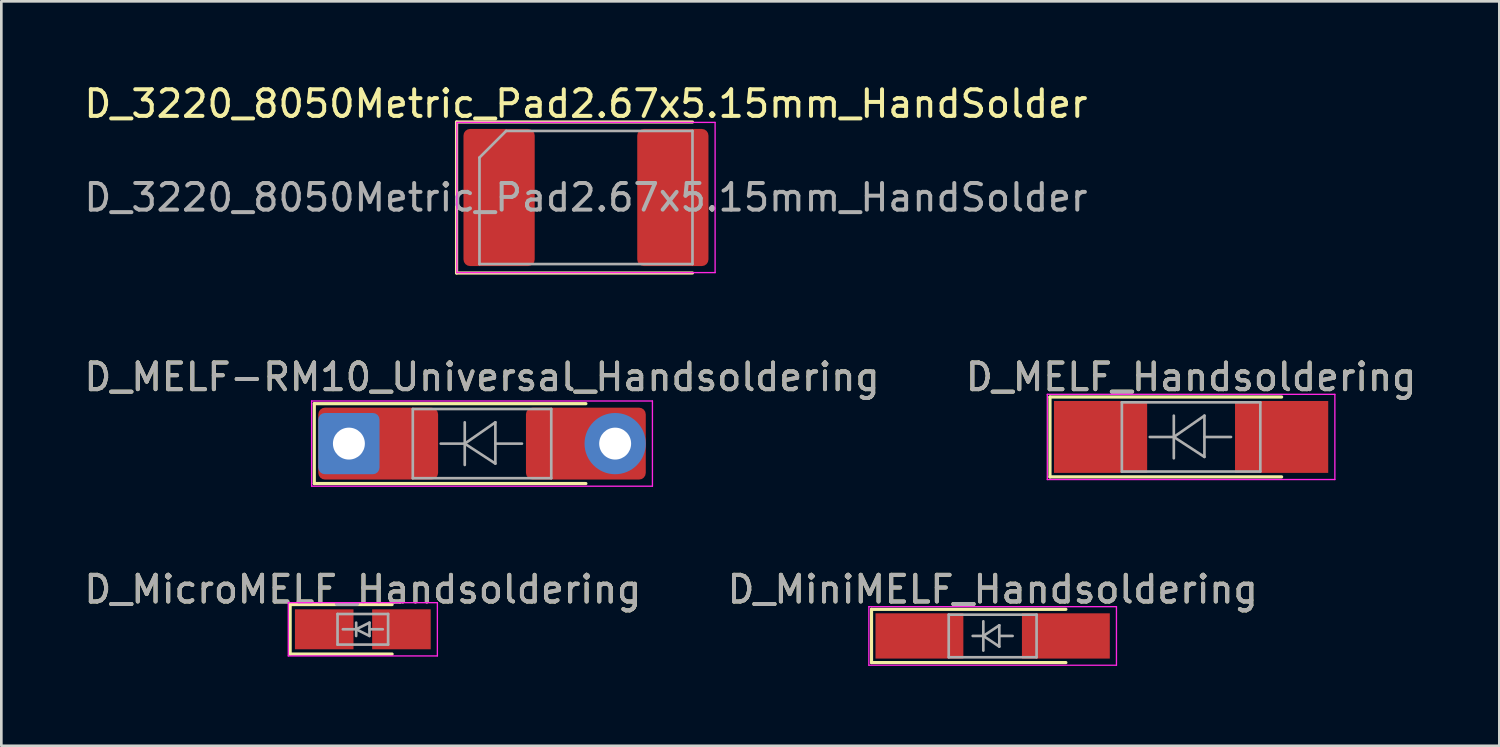
<source format=kicad_pcb>
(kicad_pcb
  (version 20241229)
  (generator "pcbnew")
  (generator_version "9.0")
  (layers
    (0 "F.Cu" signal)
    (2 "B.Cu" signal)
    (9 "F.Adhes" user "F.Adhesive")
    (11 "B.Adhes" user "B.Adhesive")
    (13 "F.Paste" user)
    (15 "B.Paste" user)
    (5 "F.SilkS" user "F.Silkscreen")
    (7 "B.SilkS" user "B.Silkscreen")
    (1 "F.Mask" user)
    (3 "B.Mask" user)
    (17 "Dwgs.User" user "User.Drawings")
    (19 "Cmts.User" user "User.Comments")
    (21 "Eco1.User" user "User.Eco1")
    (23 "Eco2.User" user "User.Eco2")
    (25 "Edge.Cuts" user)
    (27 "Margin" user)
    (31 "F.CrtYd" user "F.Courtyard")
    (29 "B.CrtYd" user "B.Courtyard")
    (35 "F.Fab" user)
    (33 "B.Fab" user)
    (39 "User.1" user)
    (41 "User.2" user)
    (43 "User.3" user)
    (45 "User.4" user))
  (footprint "D_MicroMELF_Handsoldering"
    (layer "F.Cu")
    (at 10.577 20.585)
    (property "Reference" "D_MicroMELF_Handsoldering" (at 0 -1.5 0) (layer "F.SilkS") (effects (font (size 1 1) (thickness 0.15))))
    (attr smd)
    (fp_line (start -2.73 -0.93) (end -2.73 0.93) (stroke (width 0.12) (type solid)) (layer "F.SilkS"))
    (fp_line (start -2.73 0.93) (end 1.1 0.93) (stroke (width 0.12) (type solid)) (layer "F.SilkS"))
    (fp_line (start 1.1 -0.93) (end -2.73 -0.93) (stroke (width 0.12) (type solid)) (layer "F.SilkS"))
    (fp_line (start -2.8 -1) (end -2.8 1) (stroke (width 0.05) (type solid)) (layer "F.CrtYd"))
    (fp_line (start -2.8 -1) (end 2.8 -1) (stroke (width 0.05) (type solid)) (layer "F.CrtYd"))
    (fp_line (start 2.8 1) (end -2.8 1) (stroke (width 0.05) (type solid)) (layer "F.CrtYd"))
    (fp_line (start 2.8 1) (end 2.8 -1) (stroke (width 0.05) (type solid)) (layer "F.CrtYd"))
    (fp_line (start -0.95 -0.575) (end 0.95 -0.575) (stroke (width 0.1) (type solid)) (layer "F.Fab"))
    (fp_line (start -0.95 0.575) (end -0.95 -0.575) (stroke (width 0.1) (type solid)) (layer "F.Fab"))
    (fp_line (start -0.25 -0.25) (end -0.25 0.25) (stroke (width 0.1) (type solid)) (layer "F.Fab"))
    (fp_line (start -0.25 0) (end -0.75 0) (stroke (width 0.1) (type solid)) (layer "F.Fab"))
    (fp_line (start -0.25 0) (end 0.25 -0.25) (stroke (width 0.1) (type solid)) (layer "F.Fab"))
    (fp_line (start 0.25 -0.25) (end 0.25 0.25) (stroke (width 0.1) (type solid)) (layer "F.Fab"))
    (fp_line (start 0.25 0) (end 0.75 0) (stroke (width 0.1) (type solid)) (layer "F.Fab"))
    (fp_line (start 0.25 0.25) (end -0.25 0) (stroke (width 0.1) (type solid)) (layer "F.Fab"))
    (fp_line (start 0.95 -0.575) (end 0.95 0.575) (stroke (width 0.1) (type solid)) (layer "F.Fab"))
    (fp_line (start 0.95 0.575) (end -0.95 0.575) (stroke (width 0.1) (type solid)) (layer "F.Fab"))
    (fp_text user "${REFERENCE}" (at 0 -1.5 0) (layer "F.Fab") (effects (font (size 1 1) (thickness 0.15))))
    (pad "1" smd rect (at -1.45 0) (size 2.2 1.5) (layers "F.Cu" "F.Mask" "F.Paste"))
    (pad "2" smd rect (at 1.45 0) (size 2.2 1.5) (layers "F.Cu" "F.Mask" "F.Paste")))
  (footprint "D_3220_8050Metric_Pad2.67x5.15mm_HandSolder"
    (layer "F.Cu")
    (at 18.958 4.368)
    (property "Reference" "D_3220_8050Metric_Pad2.67x5.15mm_HandSolder" (at 0 -3.52 0) (layer "F.SilkS") (effects (font (size 1 1) (thickness 0.15))))
    (attr smd)
    (fp_line (start -4.86 -2.835) (end -4.86 2.835) (stroke (width 0.12) (type solid)) (layer "F.SilkS"))
    (fp_line (start -4.86 2.835) (end 4 2.835) (stroke (width 0.12) (type solid)) (layer "F.SilkS"))
    (fp_line (start 4 -2.835) (end -4.86 -2.835) (stroke (width 0.12) (type solid)) (layer "F.SilkS"))
    (fp_line (start -4.85 -2.82) (end 4.85 -2.82) (stroke (width 0.05) (type solid)) (layer "F.CrtYd"))
    (fp_line (start -4.85 2.82) (end -4.85 -2.82) (stroke (width 0.05) (type solid)) (layer "F.CrtYd"))
    (fp_line (start 4.85 -2.82) (end 4.85 2.82) (stroke (width 0.05) (type solid)) (layer "F.CrtYd"))
    (fp_line (start 4.85 2.82) (end -4.85 2.82) (stroke (width 0.05) (type solid)) (layer "F.CrtYd"))
    (fp_line (start -4 -1.5) (end -4 2.5) (stroke (width 0.1) (type solid)) (layer "F.Fab"))
    (fp_line (start -4 2.5) (end 4 2.5) (stroke (width 0.1) (type solid)) (layer "F.Fab"))
    (fp_line (start -3 -2.5) (end -4 -1.5) (stroke (width 0.1) (type solid)) (layer "F.Fab"))
    (fp_line (start 4 -2.5) (end -3 -2.5) (stroke (width 0.1) (type solid)) (layer "F.Fab"))
    (fp_line (start 4 2.5) (end 4 -2.5) (stroke (width 0.1) (type solid)) (layer "F.Fab"))
    (fp_text user "${REFERENCE}" (at 0 0 0) (layer "F.Fab") (effects (font (size 1 1) (thickness 0.15))))
    (pad "1" smd roundrect (at -3.263 0) (size 2.675 5.15) (layers "F.Cu" "F.Mask" "F.Paste") (roundrect_rratio 0.093))
    (pad "2" smd roundrect (at 3.263 0) (size 2.675 5.15) (layers "F.Cu" "F.Mask" "F.Paste") (roundrect_rratio 0.093)))
  (footprint "D_MELF-RM10_Universal_Handsoldering"
    (layer "F.Cu")
    (at 15.054 13.611)
    (property "Reference" "D_MELF-RM10_Universal_Handsoldering" (at 0 -2.5 0) (layer "F.SilkS") (effects (font (size 1 1) (thickness 0.15))))
    (attr smd)
    (fp_line (start -6.3 -1.5) (end -6.3 1.5) (stroke (width 0.12) (type solid)) (layer "F.SilkS"))
    (fp_line (start -6.3 1.5) (end 3.9 1.5) (stroke (width 0.12) (type solid)) (layer "F.SilkS"))
    (fp_line (start 3.9 -1.5) (end -6.3 -1.5) (stroke (width 0.12) (type solid)) (layer "F.SilkS"))
    (fp_line (start -6.4 -1.6) (end 6.4 -1.6) (stroke (width 0.05) (type solid)) (layer "F.CrtYd"))
    (fp_line (start -6.4 1.6) (end -6.4 -1.6) (stroke (width 0.05) (type solid)) (layer "F.CrtYd"))
    (fp_line (start 6.4 -1.6) (end 6.4 1.6) (stroke (width 0.05) (type solid)) (layer "F.CrtYd"))
    (fp_line (start 6.4 1.6) (end -6.4 1.6) (stroke (width 0.05) (type solid)) (layer "F.CrtYd"))
    (fp_line (start -2.6 -1.3) (end -2.6 1.3) (stroke (width 0.1) (type solid)) (layer "F.Fab"))
    (fp_line (start -2.6 1.3) (end 2.6 1.3) (stroke (width 0.1) (type solid)) (layer "F.Fab"))
    (fp_line (start -0.649 -0.799) (end -0.649 0.801) (stroke (width 0.1) (type solid)) (layer "F.Fab"))
    (fp_line (start -0.649 0.001) (end -1.551 0.001) (stroke (width 0.1) (type solid)) (layer "F.Fab"))
    (fp_line (start -0.649 0.001) (end 0.501 -0.799) (stroke (width 0.1) (type solid)) (layer "F.Fab"))
    (fp_line (start -0.649 0.001) (end 0.501 0.75) (stroke (width 0.1) (type solid)) (layer "F.Fab"))
    (fp_line (start 0.501 0.001) (end 1.499 0.001) (stroke (width 0.1) (type solid)) (layer "F.Fab"))
    (fp_line (start 0.501 0.75) (end 0.501 -0.799) (stroke (width 0.1) (type solid)) (layer "F.Fab"))
    (fp_line (start 2.6 -1.3) (end -2.6 -1.3) (stroke (width 0.1) (type solid)) (layer "F.Fab"))
    (fp_line (start 2.6 1.3) (end 2.6 -1.3) (stroke (width 0.1) (type solid)) (layer "F.Fab"))
    (fp_text user "${REFERENCE}" (at 0 -2.5 0) (layer "F.Fab") (effects (font (size 1 1) (thickness 0.15))))
    (pad "1" thru_hole roundrect (at -5 0) (size 2.3 2.3) (drill 1.199) (layers "*.Cu" "*.Mask") (roundrect_rratio 0.109))
    (pad "1" smd roundrect (at -3.9 0) (size 4.5 2.7) (layers "F.Cu" "F.Mask") (roundrect_rratio 0.093))
    (pad "2" smd roundrect (at 3.9 0 180) (size 4.5 2.7) (layers "F.Cu" "F.Mask") (roundrect_rratio 0.093))
    (pad "2" thru_hole circle (at 5 0 180) (size 2.3 2.3) (drill 1.199) (layers "*.Cu" "*.Mask")))
  (footprint "D_MiniMELF_Handsoldering"
    (layer "F.Cu")
    (at 34.232 20.835)
    (property "Reference" "D_MiniMELF_Handsoldering" (at 0 -1.75 0) (layer "F.SilkS") (effects (font (size 1 1) (thickness 0.15))))
    (attr smd)
    (fp_line (start -4.55 -1) (end -4.55 1) (stroke (width 0.12) (type solid)) (layer "F.SilkS"))
    (fp_line (start -4.55 1) (end 2.75 1) (stroke (width 0.12) (type solid)) (layer "F.SilkS"))
    (fp_line (start 2.75 -1) (end -4.55 -1) (stroke (width 0.12) (type solid)) (layer "F.SilkS"))
    (fp_line (start -4.65 -1.1) (end 4.65 -1.1) (stroke (width 0.05) (type solid)) (layer "F.CrtYd"))
    (fp_line (start -4.65 1.1) (end -4.65 -1.1) (stroke (width 0.05) (type solid)) (layer "F.CrtYd"))
    (fp_line (start 4.65 -1.1) (end 4.65 1.1) (stroke (width 0.05) (type solid)) (layer "F.CrtYd"))
    (fp_line (start 4.65 1.1) (end -4.65 1.1) (stroke (width 0.05) (type solid)) (layer "F.CrtYd"))
    (fp_line (start -1.65 -0.8) (end 1.65 -0.8) (stroke (width 0.1) (type solid)) (layer "F.Fab"))
    (fp_line (start -1.65 0.8) (end -1.65 -0.8) (stroke (width 0.1) (type solid)) (layer "F.Fab"))
    (fp_line (start -0.75 0) (end -0.35 0) (stroke (width 0.1) (type solid)) (layer "F.Fab"))
    (fp_line (start -0.35 0) (end -0.35 -0.55) (stroke (width 0.1) (type solid)) (layer "F.Fab"))
    (fp_line (start -0.35 0) (end -0.35 0.55) (stroke (width 0.1) (type solid)) (layer "F.Fab"))
    (fp_line (start -0.35 0) (end 0.25 -0.4) (stroke (width 0.1) (type solid)) (layer "F.Fab"))
    (fp_line (start 0.25 -0.4) (end 0.25 0.4) (stroke (width 0.1) (type solid)) (layer "F.Fab"))
    (fp_line (start 0.25 0) (end 0.75 0) (stroke (width 0.1) (type solid)) (layer "F.Fab"))
    (fp_line (start 0.25 0.4) (end -0.35 0) (stroke (width 0.1) (type solid)) (layer "F.Fab"))
    (fp_line (start 1.65 -0.8) (end 1.65 0.8) (stroke (width 0.1) (type solid)) (layer "F.Fab"))
    (fp_line (start 1.65 0.8) (end -1.65 0.8) (stroke (width 0.1) (type solid)) (layer "F.Fab"))
    (fp_text user "${REFERENCE}" (at 0 -1.75 0) (layer "F.Fab") (effects (font (size 1 1) (thickness 0.15))))
    (pad "1" smd rect (at -2.75 0) (size 3.3 1.7) (layers "F.Cu" "F.Mask" "F.Paste"))
    (pad "2" smd rect (at 2.75 0) (size 3.3 1.7) (layers "F.Cu" "F.Mask" "F.Paste")))
  (footprint "D_MELF_Handsoldering"
    (layer "F.Cu")
    (at 41.685 13.361)
    (property "Reference" "D_MELF_Handsoldering" (at 0 -2.25 0) (layer "F.SilkS") (effects (font (size 1 1) (thickness 0.15))))
    (attr smd)
    (fp_line (start -5.3 -1.5) (end -5.3 1.5) (stroke (width 0.12) (type solid)) (layer "F.SilkS"))
    (fp_line (start -5.3 1.5) (end 3.4 1.5) (stroke (width 0.12) (type solid)) (layer "F.SilkS"))
    (fp_line (start 3.4 -1.5) (end -5.3 -1.5) (stroke (width 0.12) (type solid)) (layer "F.SilkS"))
    (fp_line (start -5.4 -1.6) (end 5.4 -1.6) (stroke (width 0.05) (type solid)) (layer "F.CrtYd"))
    (fp_line (start -5.4 1.6) (end -5.4 -1.6) (stroke (width 0.05) (type solid)) (layer "F.CrtYd"))
    (fp_line (start 5.4 -1.6) (end 5.4 1.6) (stroke (width 0.05) (type solid)) (layer "F.CrtYd"))
    (fp_line (start 5.4 1.6) (end -5.4 1.6) (stroke (width 0.05) (type solid)) (layer "F.CrtYd"))
    (fp_line (start -2.6 -1.3) (end -2.6 1.3) (stroke (width 0.1) (type solid)) (layer "F.Fab"))
    (fp_line (start -2.6 1.3) (end 2.6 1.3) (stroke (width 0.1) (type solid)) (layer "F.Fab"))
    (fp_line (start -0.649 -0.799) (end -0.649 0.801) (stroke (width 0.1) (type solid)) (layer "F.Fab"))
    (fp_line (start -0.649 0.001) (end -1.551 0.001) (stroke (width 0.1) (type solid)) (layer "F.Fab"))
    (fp_line (start -0.649 0.001) (end 0.501 -0.799) (stroke (width 0.1) (type solid)) (layer "F.Fab"))
    (fp_line (start -0.649 0.001) (end 0.501 0.75) (stroke (width 0.1) (type solid)) (layer "F.Fab"))
    (fp_line (start 0.501 0.001) (end 1.499 0.001) (stroke (width 0.1) (type solid)) (layer "F.Fab"))
    (fp_line (start 0.501 0.75) (end 0.501 -0.799) (stroke (width 0.1) (type solid)) (layer "F.Fab"))
    (fp_line (start 2.6 -1.3) (end -2.6 -1.3) (stroke (width 0.1) (type solid)) (layer "F.Fab"))
    (fp_line (start 2.6 1.3) (end 2.6 -1.3) (stroke (width 0.1) (type solid)) (layer "F.Fab"))
    (fp_text user "${REFERENCE}" (at 0 -2.25 0) (layer "F.Fab") (effects (font (size 1 1) (thickness 0.15))))
    (pad "1" smd rect (at -3.4 0) (size 3.5 2.7) (layers "F.Cu" "F.Mask" "F.Paste"))
    (pad "2" smd rect (at 3.4 0) (size 3.5 2.7) (layers "F.Cu" "F.Mask" "F.Paste")))
  (gr_rect
    (start -3 -3)
    (end 53.262 24.96)
    (stroke (width 0.1) (type default))
    (fill no)
    (layer "Edge.Cuts")))
</source>
